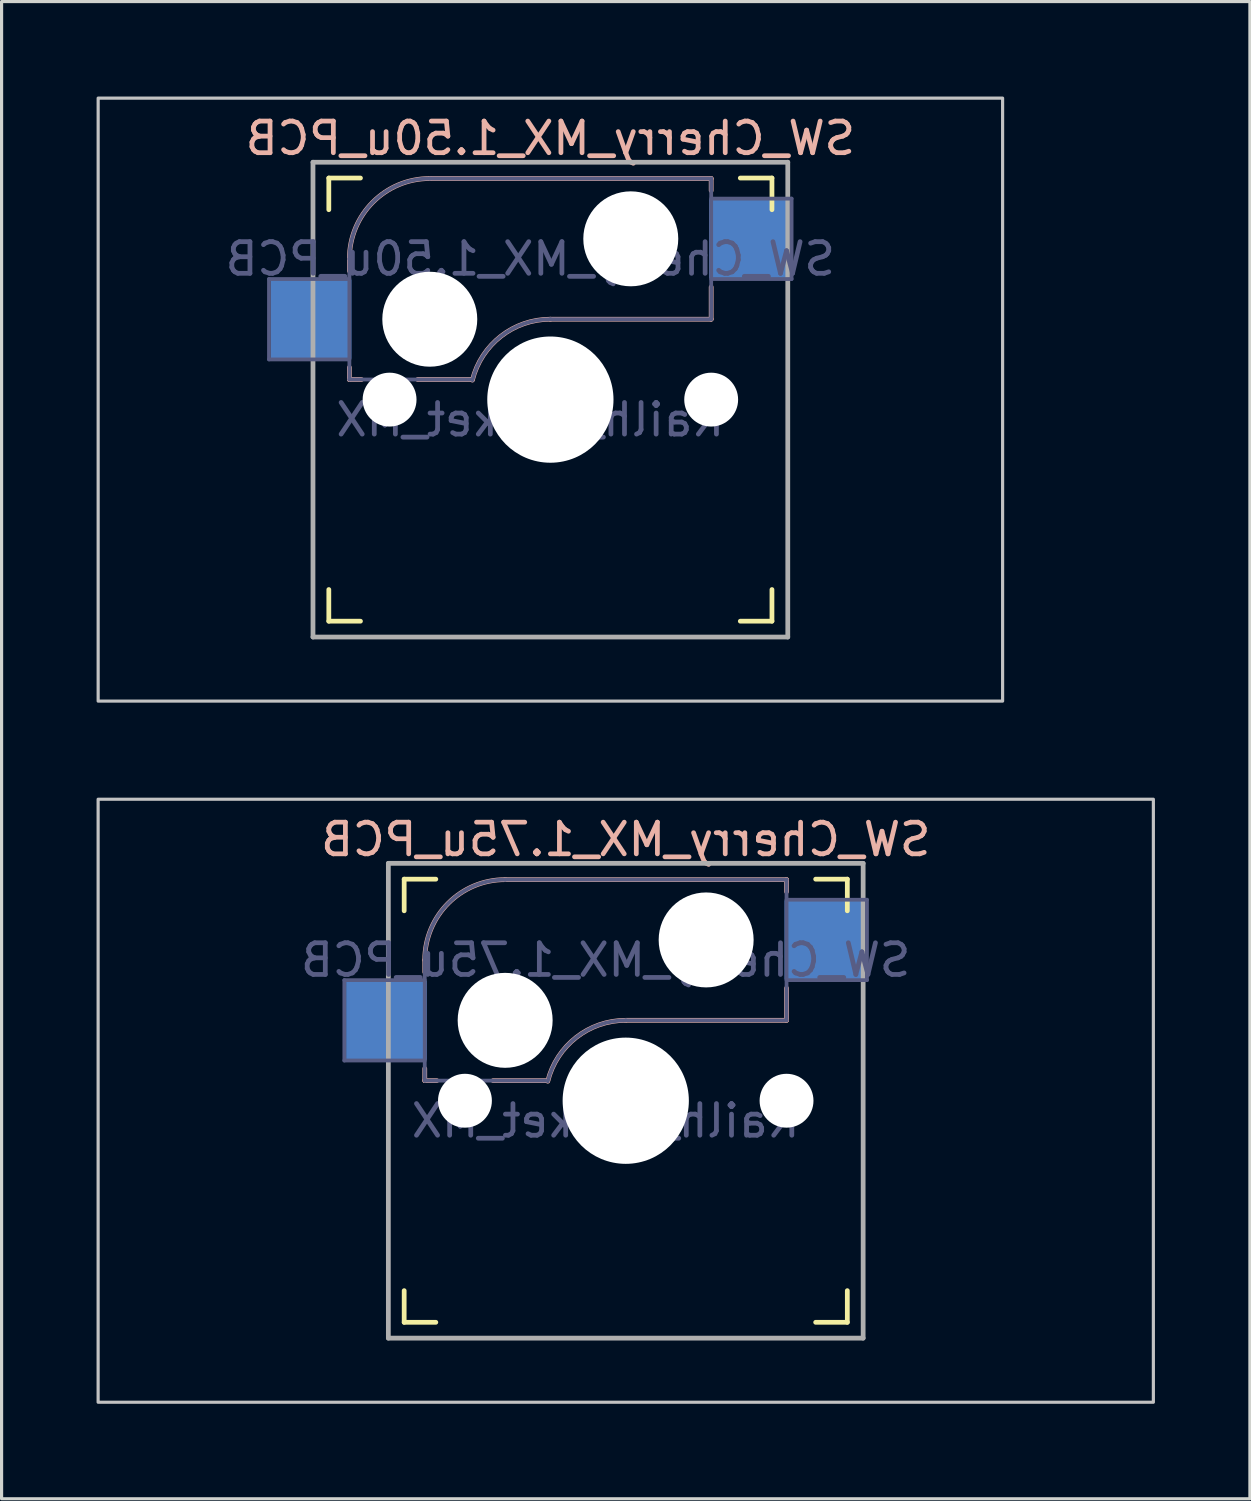
<source format=kicad_pcb>
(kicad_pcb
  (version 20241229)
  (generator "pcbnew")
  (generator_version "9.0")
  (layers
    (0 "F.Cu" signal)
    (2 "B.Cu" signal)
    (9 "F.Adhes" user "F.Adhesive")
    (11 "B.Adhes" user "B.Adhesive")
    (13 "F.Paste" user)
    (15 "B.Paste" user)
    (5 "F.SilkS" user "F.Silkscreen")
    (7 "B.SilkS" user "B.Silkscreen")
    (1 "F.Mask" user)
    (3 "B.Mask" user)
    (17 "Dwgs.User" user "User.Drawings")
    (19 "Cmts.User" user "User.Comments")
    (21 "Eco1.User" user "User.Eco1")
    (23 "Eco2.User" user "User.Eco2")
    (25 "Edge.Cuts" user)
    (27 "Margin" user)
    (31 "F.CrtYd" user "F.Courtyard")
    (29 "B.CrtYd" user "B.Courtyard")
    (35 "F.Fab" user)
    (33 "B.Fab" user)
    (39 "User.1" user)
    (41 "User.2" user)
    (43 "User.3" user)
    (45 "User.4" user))
  (footprint "SW_Cherry_MX_1.50u_PCB"
    (layer "F.Cu")
    (at 14.338 9.575)
    (property "Reference" "SW_Cherry_MX_1.50u_PCB" (at 0 -8.255 0) (layer "B.SilkS") (effects (font (size 1 1) (thickness 0.15)) (justify mirror)))
    (property "Value" "Kailh_socket_MX" (at 0 8.255 0) (layer "F.Fab") (hide yes) (effects (font (size 1 1) (thickness 0.15))))
    (attr smd through_hole)
    (fp_line (start -7 -6) (end -7 -7) (stroke (width 0.15) (type solid)) (layer "F.SilkS"))
    (fp_line (start -7 7) (end -7 6) (stroke (width 0.15) (type solid)) (layer "F.SilkS"))
    (fp_line (start -7 7) (end -6 7) (stroke (width 0.15) (type solid)) (layer "F.SilkS"))
    (fp_line (start -6 -7) (end -7 -7) (stroke (width 0.15) (type solid)) (layer "F.SilkS"))
    (fp_line (start 6 7) (end 7 7) (stroke (width 0.15) (type solid)) (layer "F.SilkS"))
    (fp_line (start 7 -7) (end 6 -7) (stroke (width 0.15) (type solid)) (layer "F.SilkS"))
    (fp_line (start 7 -7) (end 7 -6) (stroke (width 0.15) (type solid)) (layer "F.SilkS"))
    (fp_line (start 7 6) (end 7 7) (stroke (width 0.15) (type solid)) (layer "F.SilkS"))
    (fp_line (start -6.35 -4.445) (end -6.35 -4.064) (stroke (width 0.15) (type solid)) (layer "B.SilkS"))
    (fp_line (start -6.35 -1.016) (end -6.35 -0.635) (stroke (width 0.15) (type solid)) (layer "B.SilkS"))
    (fp_line (start -5.969 -0.635) (end -6.35 -0.635) (stroke (width 0.15) (type solid)) (layer "B.SilkS"))
    (fp_line (start -3.81 -6.985) (end 5.08 -6.985) (stroke (width 0.15) (type solid)) (layer "B.SilkS"))
    (fp_line (start -2.464 -0.635) (end -4.191 -0.635) (stroke (width 0.15) (type solid)) (layer "B.SilkS"))
    (fp_line (start 5.08 -6.985) (end 5.08 -6.604) (stroke (width 0.15) (type solid)) (layer "B.SilkS"))
    (fp_line (start 5.08 -3.556) (end 5.08 -2.54) (stroke (width 0.15) (type solid)) (layer "B.SilkS"))
    (fp_line (start 5.08 -2.54) (end 0 -2.54) (stroke (width 0.15) (type solid)) (layer "B.SilkS"))
    (fp_arc (start -6.35 -4.445) (mid -5.606051 -6.241051) (end -3.81 -6.985) (stroke (width 0.15) (type solid)) (layer "B.SilkS"))
    (fp_arc (start -2.464162 -0.61604) (mid -1.563147 -2.002042) (end 0 -2.54) (stroke (width 0.15) (type solid)) (layer "B.SilkS"))
    (fp_rect (start -14.287 -9.525) (end 14.287 9.525) (stroke (width 0.1) (type default)) (fill no) (layer "Dwgs.User"))
    (fp_line (start -6.9 6.9) (end -6.9 -6.9) (stroke (width 0.15) (type solid)) (layer "Eco2.User"))
    (fp_line (start -6.9 6.9) (end 6.9 6.9) (stroke (width 0.15) (type solid)) (layer "Eco2.User"))
    (fp_line (start 6.9 -6.9) (end -6.9 -6.9) (stroke (width 0.15) (type solid)) (layer "Eco2.User"))
    (fp_line (start 6.9 -6.9) (end 6.9 6.9) (stroke (width 0.15) (type solid)) (layer "Eco2.User"))
    (fp_line (start -8.89 -3.81) (end -6.35 -3.81) (stroke (width 0.12) (type solid)) (layer "B.Fab"))
    (fp_line (start -8.89 -1.27) (end -8.89 -3.81) (stroke (width 0.12) (type solid)) (layer "B.Fab"))
    (fp_line (start -6.35 -1.27) (end -8.89 -1.27) (stroke (width 0.12) (type solid)) (layer "B.Fab"))
    (fp_line (start -6.35 -0.635) (end -6.35 -4.445) (stroke (width 0.12) (type solid)) (layer "B.Fab"))
    (fp_line (start -6.35 -0.635) (end -2.54 -0.635) (stroke (width 0.12) (type solid)) (layer "B.Fab"))
    (fp_line (start -3.81 -6.985) (end 5.08 -6.985) (stroke (width 0.12) (type solid)) (layer "B.Fab"))
    (fp_line (start 5.08 -6.985) (end 5.08 -2.54) (stroke (width 0.12) (type solid)) (layer "B.Fab"))
    (fp_line (start 5.08 -6.35) (end 7.62 -6.35) (stroke (width 0.12) (type solid)) (layer "B.Fab"))
    (fp_line (start 5.08 -2.54) (end 0 -2.54) (stroke (width 0.12) (type solid)) (layer "B.Fab"))
    (fp_line (start 7.62 -6.35) (end 7.62 -3.81) (stroke (width 0.12) (type solid)) (layer "B.Fab"))
    (fp_line (start 7.62 -3.81) (end 5.08 -3.81) (stroke (width 0.12) (type solid)) (layer "B.Fab"))
    (fp_arc (start -6.35 -4.445) (mid -5.606051 -6.241051) (end -3.81 -6.985) (stroke (width 0.12) (type solid)) (layer "B.Fab"))
    (fp_arc (start -2.464162 -0.61604) (mid -1.563147 -2.002042) (end 0 -2.54) (stroke (width 0.12) (type solid)) (layer "B.Fab"))
    (fp_line (start -7.5 -7.5) (end 7.5 -7.5) (stroke (width 0.15) (type solid)) (layer "F.Fab"))
    (fp_line (start -7.5 7.5) (end -7.5 -7.5) (stroke (width 0.15) (type solid)) (layer "F.Fab"))
    (fp_line (start 7.5 -7.5) (end 7.5 7.5) (stroke (width 0.15) (type solid)) (layer "F.Fab"))
    (fp_line (start 7.5 7.5) (end -7.5 7.5) (stroke (width 0.15) (type solid)) (layer "F.Fab"))
    (fp_text user "${REFERENCE}" (at -0.635 -4.445 0) (layer "B.Fab") (effects (font (size 1 1) (thickness 0.15)) (justify mirror)))
    (fp_text user "${VALUE}" (at -0.635 0.635 0) (layer "B.Fab") (effects (font (size 1 1) (thickness 0.15)) (justify mirror)))
    (pad "" np_thru_hole circle (at -5.08 0) (size 1.702 1.702) (drill 1.702) (layers "*.Cu" "*.Mask"))
    (pad "" np_thru_hole circle (at -3.81 -2.54) (size 3 3) (drill 3) (layers "*.Cu" "*.Mask"))
    (pad "" np_thru_hole circle (at 0 0) (size 3.988 3.988) (drill 3.988) (layers "*.Cu" "*.Mask"))
    (pad "" np_thru_hole circle (at 2.54 -5.08) (size 3 3) (drill 3) (layers "*.Cu" "*.Mask"))
    (pad "" np_thru_hole circle (at 5.08 0) (size 1.702 1.702) (drill 1.702) (layers "*.Cu" "*.Mask"))
    (pad "1" smd rect (at 6.29 -5.08) (size 2.55 2.5) (layers "B.Cu" "B.Mask" "B.Paste"))
    (pad "2" smd rect (at -7.56 -2.54) (size 2.55 2.5) (layers "B.Cu" "B.Mask" "B.Paste")))
  (footprint "SW_Cherry_MX_1.75u_PCB"
    (layer "F.Cu")
    (at 16.719 31.725)
    (property "Reference" "SW_Cherry_MX_1.75u_PCB" (at 0 -8.255 0) (layer "B.SilkS") (effects (font (size 1 1) (thickness 0.15)) (justify mirror)))
    (property "Value" "Kailh_socket_MX" (at 0 8.255 0) (layer "F.Fab") (hide yes) (effects (font (size 1 1) (thickness 0.15))))
    (attr smd through_hole)
    (fp_line (start -7 -6) (end -7 -7) (stroke (width 0.15) (type solid)) (layer "F.SilkS"))
    (fp_line (start -7 7) (end -7 6) (stroke (width 0.15) (type solid)) (layer "F.SilkS"))
    (fp_line (start -7 7) (end -6 7) (stroke (width 0.15) (type solid)) (layer "F.SilkS"))
    (fp_line (start -6 -7) (end -7 -7) (stroke (width 0.15) (type solid)) (layer "F.SilkS"))
    (fp_line (start 6 7) (end 7 7) (stroke (width 0.15) (type solid)) (layer "F.SilkS"))
    (fp_line (start 7 -7) (end 6 -7) (stroke (width 0.15) (type solid)) (layer "F.SilkS"))
    (fp_line (start 7 -7) (end 7 -6) (stroke (width 0.15) (type solid)) (layer "F.SilkS"))
    (fp_line (start 7 6) (end 7 7) (stroke (width 0.15) (type solid)) (layer "F.SilkS"))
    (fp_line (start -6.35 -4.445) (end -6.35 -4.064) (stroke (width 0.15) (type solid)) (layer "B.SilkS"))
    (fp_line (start -6.35 -1.016) (end -6.35 -0.635) (stroke (width 0.15) (type solid)) (layer "B.SilkS"))
    (fp_line (start -5.969 -0.635) (end -6.35 -0.635) (stroke (width 0.15) (type solid)) (layer "B.SilkS"))
    (fp_line (start -3.81 -6.985) (end 5.08 -6.985) (stroke (width 0.15) (type solid)) (layer "B.SilkS"))
    (fp_line (start -2.464 -0.635) (end -4.191 -0.635) (stroke (width 0.15) (type solid)) (layer "B.SilkS"))
    (fp_line (start 5.08 -6.985) (end 5.08 -6.604) (stroke (width 0.15) (type solid)) (layer "B.SilkS"))
    (fp_line (start 5.08 -3.556) (end 5.08 -2.54) (stroke (width 0.15) (type solid)) (layer "B.SilkS"))
    (fp_line (start 5.08 -2.54) (end 0 -2.54) (stroke (width 0.15) (type solid)) (layer "B.SilkS"))
    (fp_arc (start -6.35 -4.445) (mid -5.606051 -6.241051) (end -3.81 -6.985) (stroke (width 0.15) (type solid)) (layer "B.SilkS"))
    (fp_arc (start -2.464162 -0.61604) (mid -1.563147 -2.002042) (end 0 -2.54) (stroke (width 0.15) (type solid)) (layer "B.SilkS"))
    (fp_rect (start -16.669 -9.525) (end 16.669 9.525) (stroke (width 0.1) (type default)) (fill no) (layer "Dwgs.User"))
    (fp_line (start -6.9 6.9) (end -6.9 -6.9) (stroke (width 0.15) (type solid)) (layer "Eco2.User"))
    (fp_line (start -6.9 6.9) (end 6.9 6.9) (stroke (width 0.15) (type solid)) (layer "Eco2.User"))
    (fp_line (start 6.9 -6.9) (end -6.9 -6.9) (stroke (width 0.15) (type solid)) (layer "Eco2.User"))
    (fp_line (start 6.9 -6.9) (end 6.9 6.9) (stroke (width 0.15) (type solid)) (layer "Eco2.User"))
    (fp_line (start -8.89 -3.81) (end -6.35 -3.81) (stroke (width 0.12) (type solid)) (layer "B.Fab"))
    (fp_line (start -8.89 -1.27) (end -8.89 -3.81) (stroke (width 0.12) (type solid)) (layer "B.Fab"))
    (fp_line (start -6.35 -1.27) (end -8.89 -1.27) (stroke (width 0.12) (type solid)) (layer "B.Fab"))
    (fp_line (start -6.35 -0.635) (end -6.35 -4.445) (stroke (width 0.12) (type solid)) (layer "B.Fab"))
    (fp_line (start -6.35 -0.635) (end -2.54 -0.635) (stroke (width 0.12) (type solid)) (layer "B.Fab"))
    (fp_line (start -3.81 -6.985) (end 5.08 -6.985) (stroke (width 0.12) (type solid)) (layer "B.Fab"))
    (fp_line (start 5.08 -6.985) (end 5.08 -2.54) (stroke (width 0.12) (type solid)) (layer "B.Fab"))
    (fp_line (start 5.08 -6.35) (end 7.62 -6.35) (stroke (width 0.12) (type solid)) (layer "B.Fab"))
    (fp_line (start 5.08 -2.54) (end 0 -2.54) (stroke (width 0.12) (type solid)) (layer "B.Fab"))
    (fp_line (start 7.62 -6.35) (end 7.62 -3.81) (stroke (width 0.12) (type solid)) (layer "B.Fab"))
    (fp_line (start 7.62 -3.81) (end 5.08 -3.81) (stroke (width 0.12) (type solid)) (layer "B.Fab"))
    (fp_arc (start -6.35 -4.445) (mid -5.606051 -6.241051) (end -3.81 -6.985) (stroke (width 0.12) (type solid)) (layer "B.Fab"))
    (fp_arc (start -2.464162 -0.61604) (mid -1.563147 -2.002042) (end 0 -2.54) (stroke (width 0.12) (type solid)) (layer "B.Fab"))
    (fp_line (start -7.5 -7.5) (end 7.5 -7.5) (stroke (width 0.15) (type solid)) (layer "F.Fab"))
    (fp_line (start -7.5 7.5) (end -7.5 -7.5) (stroke (width 0.15) (type solid)) (layer "F.Fab"))
    (fp_line (start 7.5 -7.5) (end 7.5 7.5) (stroke (width 0.15) (type solid)) (layer "F.Fab"))
    (fp_line (start 7.5 7.5) (end -7.5 7.5) (stroke (width 0.15) (type solid)) (layer "F.Fab"))
    (fp_text user "${VALUE}" (at -0.635 0.635 0) (layer "B.Fab") (effects (font (size 1 1) (thickness 0.15)) (justify mirror)))
    (fp_text user "${REFERENCE}" (at -0.635 -4.445 0) (layer "B.Fab") (effects (font (size 1 1) (thickness 0.15)) (justify mirror)))
    (pad "" np_thru_hole circle (at -5.08 0) (size 1.702 1.702) (drill 1.702) (layers "*.Cu" "*.Mask"))
    (pad "" np_thru_hole circle (at -3.81 -2.54) (size 3 3) (drill 3) (layers "*.Cu" "*.Mask"))
    (pad "" np_thru_hole circle (at 0 0) (size 3.988 3.988) (drill 3.988) (layers "*.Cu" "*.Mask"))
    (pad "" np_thru_hole circle (at 2.54 -5.08) (size 3 3) (drill 3) (layers "*.Cu" "*.Mask"))
    (pad "" np_thru_hole circle (at 5.08 0) (size 1.702 1.702) (drill 1.702) (layers "*.Cu" "*.Mask"))
    (pad "1" smd rect (at 6.29 -5.08) (size 2.55 2.5) (layers "B.Cu" "B.Mask" "B.Paste"))
    (pad "2" smd rect (at -7.56 -2.54) (size 2.55 2.5) (layers "B.Cu" "B.Mask" "B.Paste")))
  (gr_rect
    (start -3 -3)
    (end 36.438 44.3)
    (stroke (width 0.1) (type default))
    (fill no)
    (layer "Edge.Cuts")))
</source>
